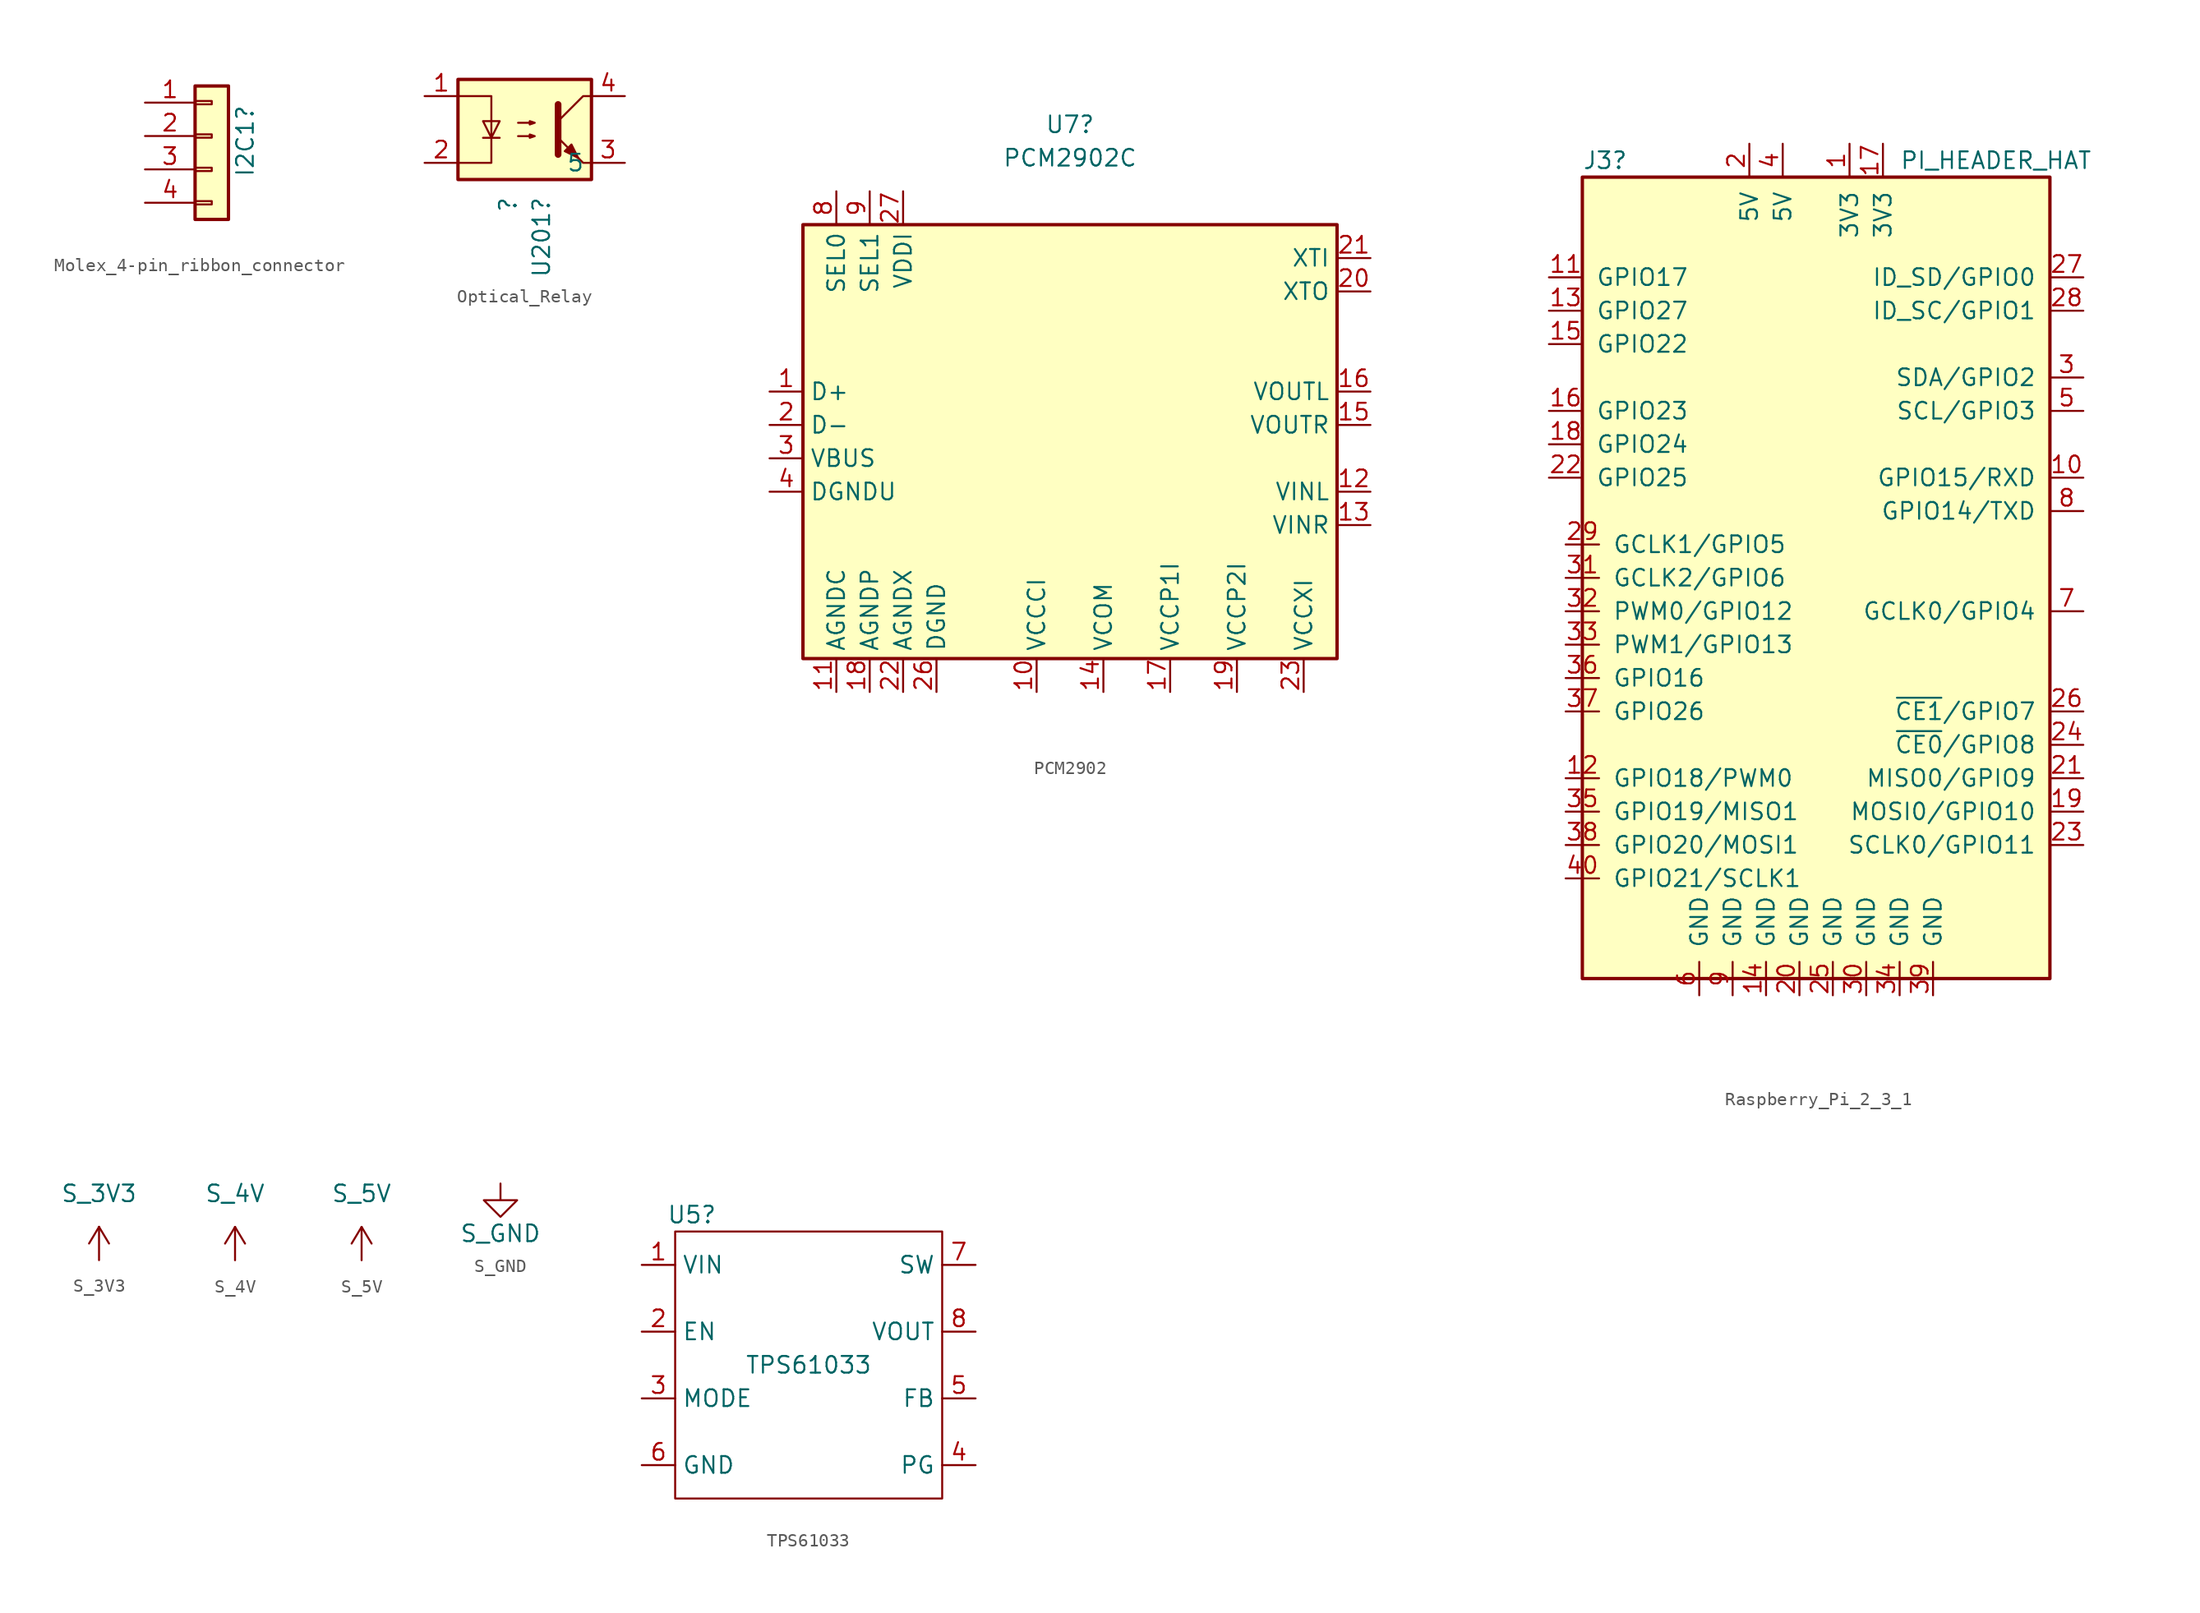
<source format=kicad_sym>
(kicad_symbol_lib
  (version 20231120)
  (generator "kicad_symbol_editor")
  (generator_version "8.0")
  (symbol "Molex_4-pin_ribbon_connector"
    (pin_names
      (offset 1.016) hide)
    (property "Reference" "I2C1"
      (at 2.54 -3.175 90)
      (effects (font (size 1.27 1.27)) (justify left)))
    (symbol "Molex_4-pin_ribbon_connector_1_1"
      (rectangle (start -1.27 -4.953) (end 0 -5.207) (stroke (width 0.152) (type default)) (fill (type none)))
      (rectangle (start -1.27 -2.413) (end 0 -2.667) (stroke (width 0.152) (type default)) (fill (type none)))
      (rectangle (start -1.27 0.127) (end 0 -0.127) (stroke (width 0.152) (type default)) (fill (type none)))
      (rectangle (start -1.27 2.667) (end 0 2.413) (stroke (width 0.152) (type default)) (fill (type none)))
      (rectangle (start -1.27 3.81) (end 1.27 -6.35) (stroke (width 0.254) (type default)) (fill (type background)))
      (pin passive line (at -5.08 2.54 0) (length 3.81) (name "Pin_1" (effects (font (size 1.27 1.27)))) (number "1" (effects (font (size 1.27 1.27)))))
      (pin passive line (at -5.08 0 0) (length 3.81) (name "Pin_2" (effects (font (size 1.27 1.27)))) (number "2" (effects (font (size 1.27 1.27)))))
      (pin passive line (at -5.08 -2.54 0) (length 3.81) (name "Pin_3" (effects (font (size 1.27 1.27)))) (number "3" (effects (font (size 1.27 1.27)))))
      (pin passive line (at -5.08 -5.08 0) (length 3.81) (name "Pin_4" (effects (font (size 1.27 1.27)))) (number "4" (effects (font (size 1.27 1.27)))))
      (pin no_connect line (at 0 5.08 0) (length 0) hide (name "Mount_Point" (effects (font (size 1.27 1.27)))) (number "MP1" (effects (font (size 1.27 1.27)))))
      (pin no_connect line (at 0 -7.62 0) (length 0) hide (name "Mount_Point" (effects (font (size 1.27 1.27)))) (number "MP2" (effects (font (size 1.27 1.27)))))))
  (symbol "Optical_Relay"
    (property "Reference" "U201"
      (at 1.27 -5.08 90)
      (effects (font (size 1.27 1.27)) (justify right)))
    (property "Value" "?"
      (at -1.27 -5.08 90)
      (effects (font (size 1.27 1.27)) (justify right)))
    (symbol "Optical_Relay_0_1"
      (rectangle (start -5.08 3.81) (end 5.08 -3.81) (stroke (width 0.254) (type default)) (fill (type background)))
      (polyline (pts (xy -3.175 -0.635) (xy -1.905 -0.635)) (stroke (width 0) (type default)) (fill (type none)))
      (polyline (pts (xy 2.54 1.905) (xy 2.54 -1.905) (xy 2.54 -1.905)) (stroke (width 0.508) (type default)) (fill (type none)))
      (polyline (pts (xy -5.08 2.54) (xy -2.54 2.54) (xy -2.54 -2.54) (xy -5.08 -2.54)) (stroke (width 0) (type default)) (fill (type none)))
      (polyline (pts (xy -2.54 -0.635) (xy -3.175 0.635) (xy -1.905 0.635) (xy -2.54 -0.635)) (stroke (width 0) (type default)) (fill (type none)))
      (polyline (pts (xy -0.508 -0.508) (xy 0.762 -0.508) (xy 0.381 -0.635) (xy 0.381 -0.381) (xy 0.762 -0.508)) (stroke (width 0) (type default)) (fill (type none)))
      (polyline (pts (xy -0.508 0.508) (xy 0.762 0.508) (xy 0.381 0.381) (xy 0.381 0.635) (xy 0.762 0.508)) (stroke (width 0) (type default)) (fill (type none)))
      (polyline (pts (xy 3.048 -1.651) (xy 3.556 -1.143) (xy 4.064 -2.159) (xy 3.048 -1.651) (xy 3.048 -1.651)) (stroke (width 0) (type default)) (fill (type outline)))
      (polyline (pts (xy 5.08 2.54) (xy 4.445 2.54) (xy 2.54 0.635) (xy 2.54 -0.635) (xy 4.445 -2.54) (xy 5.08 -2.54)) (stroke (width 0) (type default)) (fill (type none))))
    (symbol "Optical_Relay_1_1"
      (pin passive line (at -7.62 2.54 0) (length 2.54) (name "~" (effects (font (size 1.27 1.27)))) (number "1" (effects (font (size 1.27 1.27)))))
      (pin passive line (at -7.62 -2.54 0) (length 2.54) (name "~" (effects (font (size 1.27 1.27)))) (number "2" (effects (font (size 1.27 1.27)))))
      (pin passive line (at 7.62 -2.54 180) (length 2.54) (name "5" (effects (font (size 1.27 1.27)))) (number "3" (effects (font (size 1.27 1.27)))))
      (pin passive line (at 7.62 2.54 180) (length 2.54) (name "~" (effects (font (size 1.27 1.27)))) (number "4" (effects (font (size 1.27 1.27)))))))
  (symbol "PCM2902"
    (property "Reference" "U7"
      (at 0 25.4 0)
      (effects (font (size 1.27 1.27))))
    (property "Value" "PCM2902C"
      (at 0 22.86 0)
      (effects (font (size 1.27 1.27))))
    (symbol "PCM2902_0_1"
      (rectangle (start -20.32 17.78) (end 20.32 -15.24) (stroke (width 0.254) (type default)) (fill (type background))))
    (symbol "PCM2902_1_1"
      (pin bidirectional line (at -22.86 5.08 0) (length 2.54) (name "D+" (effects (font (size 1.27 1.27)))) (number "1" (effects (font (size 1.27 1.27)))))
      (pin passive line (at -2.54 -17.78 90) (length 2.54) (name "VCCCI" (effects (font (size 1.27 1.27)))) (number "10" (effects (font (size 1.27 1.27)))))
      (pin power_in line (at -17.78 -17.78 90) (length 2.54) (name "AGNDC" (effects (font (size 1.27 1.27)))) (number "11" (effects (font (size 1.27 1.27)))))
      (pin input line (at 22.86 -2.54 180) (length 2.54) (name "VINL" (effects (font (size 1.27 1.27)))) (number "12" (effects (font (size 1.27 1.27)))))
      (pin input line (at 22.86 -5.08 180) (length 2.54) (name "VINR" (effects (font (size 1.27 1.27)))) (number "13" (effects (font (size 1.27 1.27)))))
      (pin passive line (at 2.54 -17.78 90) (length 2.54) (name "VCOM" (effects (font (size 1.27 1.27)))) (number "14" (effects (font (size 1.27 1.27)))))
      (pin output line (at 22.86 2.54 180) (length 2.54) (name "VOUTR" (effects (font (size 1.27 1.27)))) (number "15" (effects (font (size 1.27 1.27)))))
      (pin output line (at 22.86 5.08 180) (length 2.54) (name "VOUTL" (effects (font (size 1.27 1.27)))) (number "16" (effects (font (size 1.27 1.27)))))
      (pin passive line (at 7.62 -17.78 90) (length 2.54) (name "VCCP1I" (effects (font (size 1.27 1.27)))) (number "17" (effects (font (size 1.27 1.27)))))
      (pin power_in line (at -15.24 -17.78 90) (length 2.54) (name "AGNDP" (effects (font (size 1.27 1.27)))) (number "18" (effects (font (size 1.27 1.27)))))
      (pin passive line (at 12.7 -17.78 90) (length 2.54) (name "VCCP2I" (effects (font (size 1.27 1.27)))) (number "19" (effects (font (size 1.27 1.27)))))
      (pin bidirectional line (at -22.86 2.54 0) (length 2.54) (name "D-" (effects (font (size 1.27 1.27)))) (number "2" (effects (font (size 1.27 1.27)))))
      (pin output line (at 22.86 12.7 180) (length 2.54) (name "XTO" (effects (font (size 1.27 1.27)))) (number "20" (effects (font (size 1.27 1.27)))))
      (pin input line (at 22.86 15.24 180) (length 2.54) (name "XTI" (effects (font (size 1.27 1.27)))) (number "21" (effects (font (size 1.27 1.27)))))
      (pin power_in line (at -12.7 -17.78 90) (length 2.54) (name "AGNDX" (effects (font (size 1.27 1.27)))) (number "22" (effects (font (size 1.27 1.27)))))
      (pin passive line (at 17.78 -17.78 90) (length 2.54) (name "VCCXI" (effects (font (size 1.27 1.27)))) (number "23" (effects (font (size 1.27 1.27)))))
      (pin no_connect line (at 0 17.78 90) (length 2.54) hide (name "DIN" (effects (font (size 1.27 1.27)))) (number "24" (effects (font (size 1.27 1.27)))))
      (pin no_connect line (at -2.54 17.78 90) (length 2.54) hide (name "DOUT" (effects (font (size 1.27 1.27)))) (number "25" (effects (font (size 1.27 1.27)))))
      (pin power_in line (at -10.16 -17.78 90) (length 2.54) (name "DGND" (effects (font (size 1.27 1.27)))) (number "26" (effects (font (size 1.27 1.27)))))
      (pin power_out line (at -12.7 20.32 270) (length 2.54) (name "VDDI" (effects (font (size 1.27 1.27)))) (number "27" (effects (font (size 1.27 1.27)))))
      (pin no_connect line (at -5.08 17.78 90) (length 2.54) hide (name "~{SSPND}" (effects (font (size 1.27 1.27)))) (number "28" (effects (font (size 1.27 1.27)))))
      (pin power_in line (at -22.86 0 0) (length 2.54) (name "VBUS" (effects (font (size 1.27 1.27)))) (number "3" (effects (font (size 1.27 1.27)))))
      (pin power_in line (at -22.86 -2.54 0) (length 2.54) (name "DGNDU" (effects (font (size 1.27 1.27)))) (number "4" (effects (font (size 1.27 1.27)))))
      (pin no_connect line (at 2.54 17.78 90) (length 2.54) hide (name "HID0" (effects (font (size 1.27 1.27)))) (number "5" (effects (font (size 1.27 1.27)))))
      (pin no_connect line (at 5.08 17.78 90) (length 2.54) hide (name "HID1" (effects (font (size 1.27 1.27)))) (number "6" (effects (font (size 1.27 1.27)))))
      (pin no_connect line (at 7.62 17.78 90) (length 2.54) hide (name "HID2" (effects (font (size 1.27 1.27)))) (number "7" (effects (font (size 1.27 1.27)))))
      (pin input line (at -17.78 20.32 270) (length 2.54) (name "SEL0" (effects (font (size 1.27 1.27)))) (number "8" (effects (font (size 1.27 1.27)))))
      (pin input line (at -15.24 20.32 270) (length 2.54) (name "SEL1" (effects (font (size 1.27 1.27)))) (number "9" (effects (font (size 1.27 1.27)))))))
  (symbol "Raspberry_Pi_2_3_1"
    (pin_names
      (offset 1.016))
    (property "Reference" "J3"
      (at -17.78 31.75 0)
      (effects (font (size 1.27 1.27)) (justify left)))
    (property "Value" "PI_HEADER_HAT"
      (at 6.35 31.75 0)
      (effects (font (size 1.27 1.27)) (justify left)))
    (symbol "Raspberry_Pi_2_3_1_0_1"
      (rectangle (start -17.78 30.48) (end 17.78 -30.48) (stroke (width 0.254) (type default)) (fill (type background))))
    (symbol "Raspberry_Pi_2_3_1_1_1"
      (pin power_out line (at 2.54 33.02 270) (length 2.54) (name "3V3" (effects (font (size 1.27 1.27)))) (number "1" (effects (font (size 1.27 1.27)))))
      (pin bidirectional line (at 20.32 7.62 180) (length 2.54) (name "GPIO15/RXD" (effects (font (size 1.27 1.27)))) (number "10" (effects (font (size 1.27 1.27)))))
      (pin bidirectional line (at -20.32 22.86 0) (length 2.54) (name "GPIO17" (effects (font (size 1.27 1.27)))) (number "11" (effects (font (size 1.27 1.27)))))
      (pin bidirectional line (at -19.05 -15.24 0) (length 2.54) (name "GPIO18/PWM0" (effects (font (size 1.27 1.27)))) (number "12" (effects (font (size 1.27 1.27)))))
      (pin bidirectional line (at -20.32 20.32 0) (length 2.54) (name "GPIO27" (effects (font (size 1.27 1.27)))) (number "13" (effects (font (size 1.27 1.27)))))
      (pin power_in line (at -3.81 -31.75 90) (length 2.54) (name "GND" (effects (font (size 1.27 1.27)))) (number "14" (effects (font (size 1.27 1.27)))))
      (pin bidirectional line (at -20.32 17.78 0) (length 2.54) (name "GPIO22" (effects (font (size 1.27 1.27)))) (number "15" (effects (font (size 1.27 1.27)))))
      (pin bidirectional line (at -20.32 12.7 0) (length 2.54) (name "GPIO23" (effects (font (size 1.27 1.27)))) (number "16" (effects (font (size 1.27 1.27)))))
      (pin passive line (at 5.08 33.02 270) (length 2.54) (name "3V3" (effects (font (size 1.27 1.27)))) (number "17" (effects (font (size 1.27 1.27)))))
      (pin bidirectional line (at -20.32 10.16 0) (length 2.54) (name "GPIO24" (effects (font (size 1.27 1.27)))) (number "18" (effects (font (size 1.27 1.27)))))
      (pin bidirectional line (at 20.32 -17.78 180) (length 2.54) (name "MOSI0/GPIO10" (effects (font (size 1.27 1.27)))) (number "19" (effects (font (size 1.27 1.27)))))
      (pin power_in line (at -5.08 33.02 270) (length 2.54) (name "5V" (effects (font (size 1.27 1.27)))) (number "2" (effects (font (size 1.27 1.27)))))
      (pin power_in line (at -1.27 -31.75 90) (length 2.54) (name "GND" (effects (font (size 1.27 1.27)))) (number "20" (effects (font (size 1.27 1.27)))))
      (pin bidirectional line (at 20.32 -15.24 180) (length 2.54) (name "MISO0/GPIO9" (effects (font (size 1.27 1.27)))) (number "21" (effects (font (size 1.27 1.27)))))
      (pin bidirectional line (at -20.32 7.62 0) (length 2.54) (name "GPIO25" (effects (font (size 1.27 1.27)))) (number "22" (effects (font (size 1.27 1.27)))))
      (pin bidirectional line (at 20.32 -20.32 180) (length 2.54) (name "SCLK0/GPIO11" (effects (font (size 1.27 1.27)))) (number "23" (effects (font (size 1.27 1.27)))))
      (pin bidirectional line (at 20.32 -12.7 180) (length 2.54) (name "~{CE0}/GPIO8" (effects (font (size 1.27 1.27)))) (number "24" (effects (font (size 1.27 1.27)))))
      (pin power_in line (at 1.27 -31.75 90) (length 2.54) (name "GND" (effects (font (size 1.27 1.27)))) (number "25" (effects (font (size 1.27 1.27)))))
      (pin bidirectional line (at 20.32 -10.16 180) (length 2.54) (name "~{CE1}/GPIO7" (effects (font (size 1.27 1.27)))) (number "26" (effects (font (size 1.27 1.27)))))
      (pin bidirectional line (at 20.32 22.86 180) (length 2.54) (name "ID_SD/GPIO0" (effects (font (size 1.27 1.27)))) (number "27" (effects (font (size 1.27 1.27)))))
      (pin bidirectional line (at 20.32 20.32 180) (length 2.54) (name "ID_SC/GPIO1" (effects (font (size 1.27 1.27)))) (number "28" (effects (font (size 1.27 1.27)))))
      (pin bidirectional line (at -19.05 2.54 0) (length 2.54) (name "GCLK1/GPIO5" (effects (font (size 1.27 1.27)))) (number "29" (effects (font (size 1.27 1.27)))))
      (pin bidirectional line (at 20.32 15.24 180) (length 2.54) (name "SDA/GPIO2" (effects (font (size 1.27 1.27)))) (number "3" (effects (font (size 1.27 1.27)))))
      (pin power_in line (at 3.81 -31.75 90) (length 2.54) (name "GND" (effects (font (size 1.27 1.27)))) (number "30" (effects (font (size 1.27 1.27)))))
      (pin bidirectional line (at -19.05 0 0) (length 2.54) (name "GCLK2/GPIO6" (effects (font (size 1.27 1.27)))) (number "31" (effects (font (size 1.27 1.27)))))
      (pin bidirectional line (at -19.05 -2.54 0) (length 2.54) (name "PWM0/GPIO12" (effects (font (size 1.27 1.27)))) (number "32" (effects (font (size 1.27 1.27)))))
      (pin bidirectional line (at -19.05 -5.08 0) (length 2.54) (name "PWM1/GPIO13" (effects (font (size 1.27 1.27)))) (number "33" (effects (font (size 1.27 1.27)))))
      (pin power_in line (at 6.35 -31.75 90) (length 2.54) (name "GND" (effects (font (size 1.27 1.27)))) (number "34" (effects (font (size 1.27 1.27)))))
      (pin bidirectional line (at -19.05 -17.78 0) (length 2.54) (name "GPIO19/MISO1" (effects (font (size 1.27 1.27)))) (number "35" (effects (font (size 1.27 1.27)))))
      (pin bidirectional line (at -19.05 -7.62 0) (length 2.54) (name "GPIO16" (effects (font (size 1.27 1.27)))) (number "36" (effects (font (size 1.27 1.27)))))
      (pin bidirectional line (at -19.05 -10.16 0) (length 2.54) (name "GPIO26" (effects (font (size 1.27 1.27)))) (number "37" (effects (font (size 1.27 1.27)))))
      (pin bidirectional line (at -19.05 -20.32 0) (length 2.54) (name "GPIO20/MOSI1" (effects (font (size 1.27 1.27)))) (number "38" (effects (font (size 1.27 1.27)))))
      (pin power_in line (at 8.89 -31.75 90) (length 2.54) (name "GND" (effects (font (size 1.27 1.27)))) (number "39" (effects (font (size 1.27 1.27)))))
      (pin power_in line (at -2.54 33.02 270) (length 2.54) (name "5V" (effects (font (size 1.27 1.27)))) (number "4" (effects (font (size 1.27 1.27)))))
      (pin bidirectional line (at -19.05 -22.86 0) (length 2.54) (name "GPIO21/SCLK1" (effects (font (size 1.27 1.27)))) (number "40" (effects (font (size 1.27 1.27)))))
      (pin bidirectional line (at 20.32 12.7 180) (length 2.54) (name "SCL/GPIO3" (effects (font (size 1.27 1.27)))) (number "5" (effects (font (size 1.27 1.27)))))
      (pin power_in line (at -8.89 -31.75 90) (length 2.54) (name "GND" (effects (font (size 1.27 1.27)))) (number "6" (effects (font (size 1.27 1.27)))))
      (pin bidirectional line (at 20.32 -2.54 180) (length 2.54) (name "GCLK0/GPIO4" (effects (font (size 1.27 1.27)))) (number "7" (effects (font (size 1.27 1.27)))))
      (pin bidirectional line (at 20.32 5.08 180) (length 2.54) (name "GPIO14/TXD" (effects (font (size 1.27 1.27)))) (number "8" (effects (font (size 1.27 1.27)))))
      (pin power_in line (at -6.35 -31.75 90) (length 2.54) (name "GND" (effects (font (size 1.27 1.27)))) (number "9" (effects (font (size 1.27 1.27)))))))
  (symbol "S_3V3"
    (power)
    (pin_names
      (offset 0))
    (property "Reference" "#PWR040"
      (at 0 -3.81 0)
      (effects (font (size 1.27 1.27)) (hide yes)))
    (property "Value" "S_3V3"
      (at 0 5.08 0)
      (effects (font (size 1.27 1.27))))
    (symbol "S_3V3_0_1"
      (polyline (pts (xy -0.762 1.27) (xy 0 2.54)) (stroke (width 0) (type default)) (fill (type none)))
      (polyline (pts (xy 0 0) (xy 0 2.54)) (stroke (width 0) (type default)) (fill (type none)))
      (polyline (pts (xy 0 2.54) (xy 0.762 1.27)) (stroke (width 0) (type default)) (fill (type none))))
    (symbol "S_3V3_1_1"
      (pin power_in line (at 0 0 90) (length 0) hide (name "S_3V3" (effects (font (size 1.27 1.27)))) (number "1" (effects (font (size 1.27 1.27)))))))
  (symbol "S_4V"
    (power)
    (pin_names
      (offset 0))
    (property "Reference" "#PWR192"
      (at 0 -3.81 0)
      (effects (font (size 1.27 1.27)) (hide yes)))
    (property "Value" "S_4V"
      (at 0 5.08 0)
      (effects (font (size 1.27 1.27))))
    (symbol "S_4V_0_1"
      (polyline (pts (xy -0.762 1.27) (xy 0 2.54)) (stroke (width 0) (type default)) (fill (type none)))
      (polyline (pts (xy 0 0) (xy 0 2.54)) (stroke (width 0) (type default)) (fill (type none)))
      (polyline (pts (xy 0 2.54) (xy 0.762 1.27)) (stroke (width 0) (type default)) (fill (type none))))
    (symbol "S_4V_1_1"
      (pin power_in line (at 0 0 90) (length 0) hide (name "S_4V" (effects (font (size 1.27 1.27)))) (number "1" (effects (font (size 1.27 1.27)))))))
  (symbol "S_5V"
    (power)
    (pin_names
      (offset 0))
    (property "Reference" "#PWR034"
      (at 0 -3.81 0)
      (effects (font (size 1.27 1.27)) (hide yes)))
    (property "Value" "S_5V"
      (at 0 5.08 0)
      (effects (font (size 1.27 1.27))))
    (symbol "S_5V_0_1"
      (polyline (pts (xy -0.762 1.27) (xy 0 2.54)) (stroke (width 0) (type default)) (fill (type none)))
      (polyline (pts (xy 0 0) (xy 0 2.54)) (stroke (width 0) (type default)) (fill (type none)))
      (polyline (pts (xy 0 2.54) (xy 0.762 1.27)) (stroke (width 0) (type default)) (fill (type none))))
    (symbol "S_5V_1_1"
      (pin power_in line (at 0 0 90) (length 0) hide (name "S_5V" (effects (font (size 1.27 1.27)))) (number "1" (effects (font (size 1.27 1.27)))))))
  (symbol "S_GND"
    (power)
    (pin_names
      (offset 0))
    (property "Reference" "#PWR061"
      (at 0 -6.35 0)
      (effects (font (size 1.27 1.27)) (hide yes)))
    (property "Value" "S_GND"
      (at 0 -3.81 0)
      (effects (font (size 1.27 1.27))))
    (symbol "S_GND_0_1"
      (polyline (pts (xy 0 0) (xy 0 -1.27) (xy 1.27 -1.27) (xy 0 -2.54) (xy -1.27 -1.27) (xy 0 -1.27)) (stroke (width 0) (type default)) (fill (type none))))
    (symbol "S_GND_1_1"
      (pin power_in line (at 0 0 270) (length 0) hide (name "S_GND" (effects (font (size 1.27 1.27)))) (number "1" (effects (font (size 1.27 1.27)))))))
  (symbol "TPS61033"
    (property "Reference" "U5"
      (at -8.89 11.43 0)
      (effects (font (size 1.27 1.27))))
    (property "Value" "TPS61033"
      (at 0 0 0)
      (effects (font (size 1.27 1.27))))
    (symbol "TPS61033_0_1"
      (rectangle (start -10.16 10.16) (end 10.16 -10.16) (stroke (width 0) (type default)) (fill (type none))))
    (symbol "TPS61033_1_1"
      (pin power_in line (at -12.7 7.62 0) (length 2.54) (name "VIN" (effects (font (size 1.27 1.27)))) (number "1" (effects (font (size 1.27 1.27)))))
      (pin input line (at -12.7 2.54 0) (length 2.54) (name "EN" (effects (font (size 1.27 1.27)))) (number "2" (effects (font (size 1.27 1.27)))))
      (pin input line (at -12.7 -2.54 0) (length 2.54) (name "MODE" (effects (font (size 1.27 1.27)))) (number "3" (effects (font (size 1.27 1.27)))))
      (pin output line (at 12.7 -7.62 180) (length 2.54) (name "PG" (effects (font (size 1.27 1.27)))) (number "4" (effects (font (size 1.27 1.27)))))
      (pin input line (at 12.7 -2.54 180) (length 2.54) (name "FB" (effects (font (size 1.27 1.27)))) (number "5" (effects (font (size 1.27 1.27)))))
      (pin power_in line (at -12.7 -7.62 0) (length 2.54) (name "GND" (effects (font (size 1.27 1.27)))) (number "6" (effects (font (size 1.27 1.27)))))
      (pin input line (at 12.7 7.62 180) (length 2.54) (name "SW" (effects (font (size 1.27 1.27)))) (number "7" (effects (font (size 1.27 1.27)))))
      (pin power_out line (at 12.7 2.54 180) (length 2.54) (name "VOUT" (effects (font (size 1.27 1.27)))) (number "8" (effects (font (size 1.27 1.27))))))))
</source>
